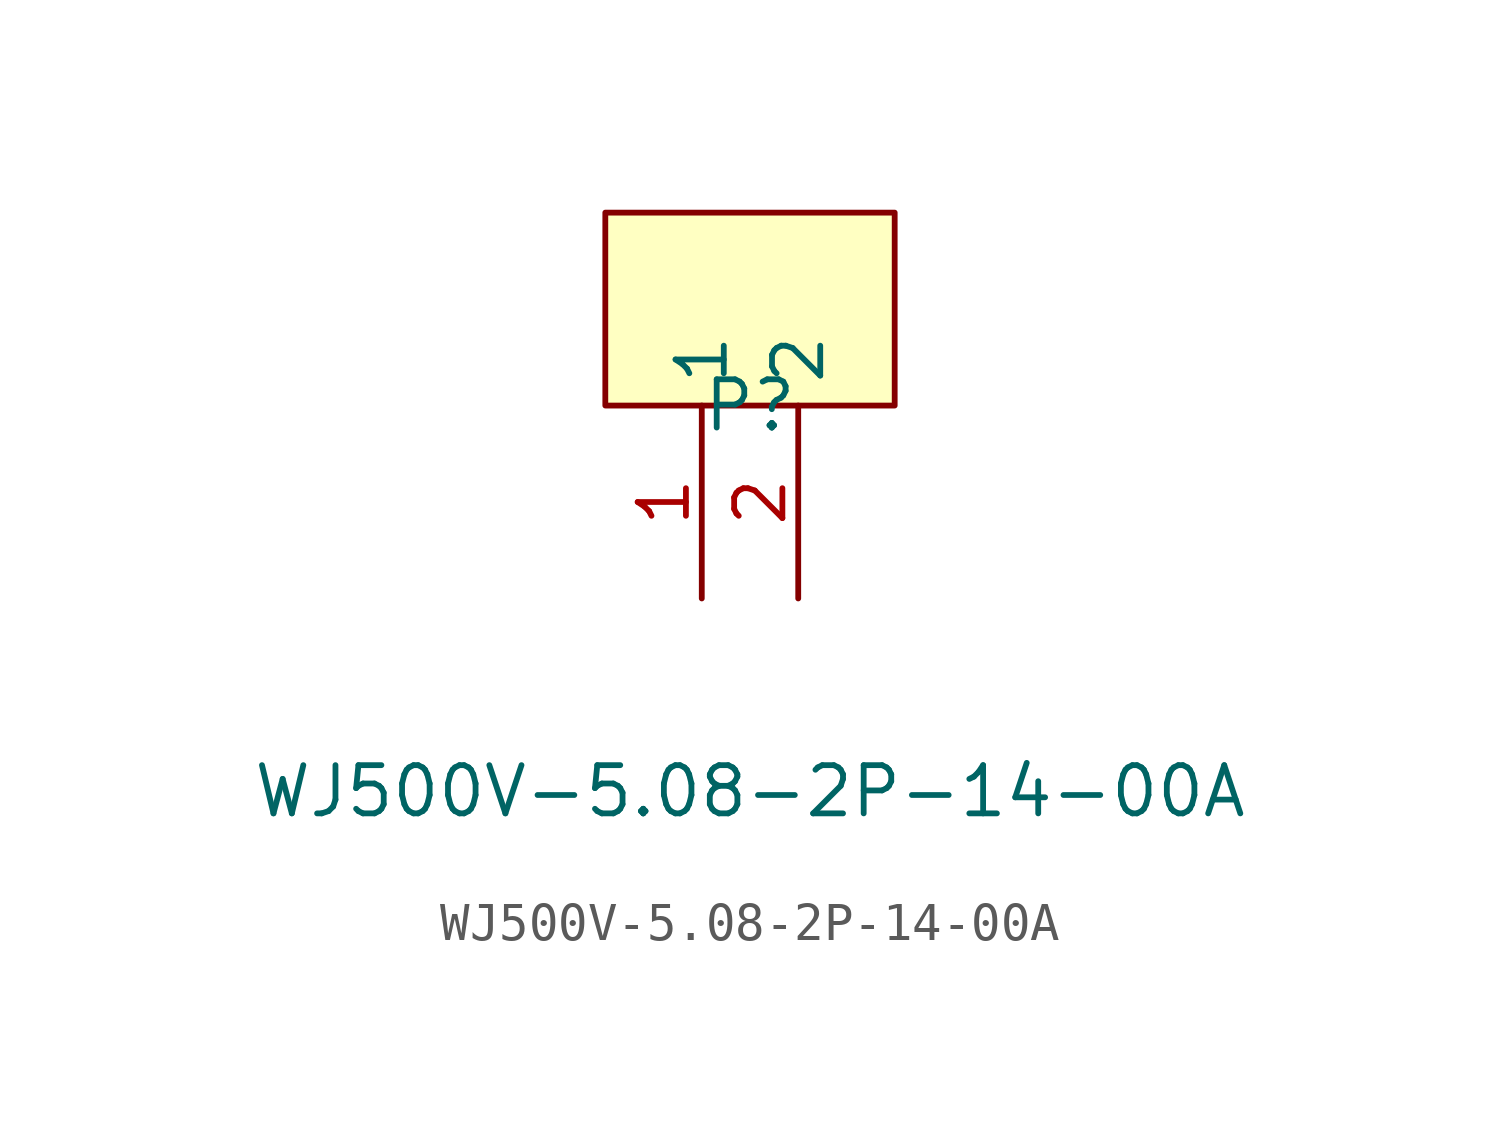
<source format=kicad_sym>
(kicad_symbol_lib
  (version 1)
  (generator "faebryk")
  (symbol "WJ500V-5.08-2P-14-00A"
    (property "Reference" "P"
      (at 0 0 0)
      (effects (font (size 1.27 1.27)) (hide no)))
    (property "Value" "WJ500V-5.08-2P-14-00A"
      (at 0 -10.16 0)
      (effects (font (size 1.27 1.27)) (hide no)))
    (symbol "WJ500V-5.08-2P-14-00A_0_1"
      (rectangle (start -3.81 5.08) (end 3.81 0) (stroke (width 0) (type default) (color 0 0 0 0)) (fill (type background)))
      (pin unspecified line (at -1.27 -5.08 90) (length 5.08) (name "1" (effects (font (size 1.27 1.27)) (hide no))) (number "1" (effects (font (size 1.27 1.27)) (hide no))))
      (pin unspecified line (at 1.27 -5.08 90) (length 5.08) (name "2" (effects (font (size 1.27 1.27)) (hide no))) (number "2" (effects (font (size 1.27 1.27)) (hide no)))))))
</source>
